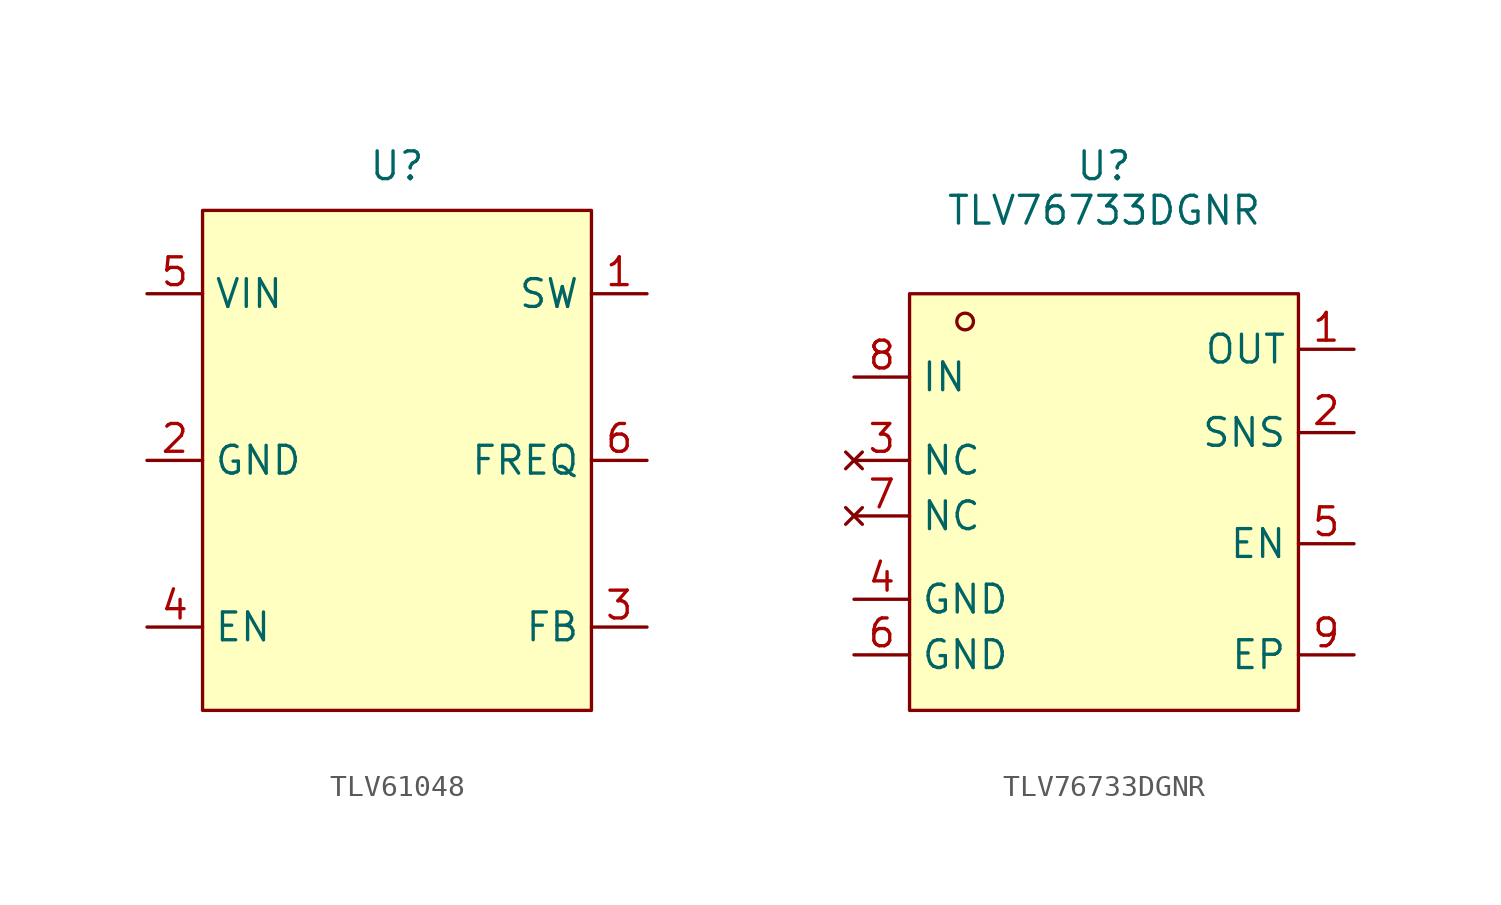
<source format=kicad_sym>
(kicad_symbol_lib
  (version 20241209)
  (generator "kicad_symbol_editor")
  (generator_version "9.0")
  (symbol "TLV61048"
    (property "Reference" "U"
      (at 0 2.032 0)
      (effects (font (size 1.27 1.27))))
    (property "Value" ""
      (at 0 0 0)
      (effects (font (size 1.27 1.27))))
    (symbol "TLV61048_1_1"
      (rectangle (start -8.89 0) (end 8.89 -22.86) (stroke (width 0) (type solid)) (fill (type background)))
      (pin input line (at -11.43 -3.81 0) (length 2.54) (name "VIN" (effects (font (size 1.27 1.27)))) (number "5" (effects (font (size 1.27 1.27)))))
      (pin input line (at -11.43 -11.43 0) (length 2.54) (name "GND" (effects (font (size 1.27 1.27)))) (number "2" (effects (font (size 1.27 1.27)))))
      (pin input line (at -11.43 -19.05 0) (length 2.54) (name "EN" (effects (font (size 1.27 1.27)))) (number "4" (effects (font (size 1.27 1.27)))))
      (pin input line (at 11.43 -3.81 180) (length 2.54) (name "SW" (effects (font (size 1.27 1.27)))) (number "1" (effects (font (size 1.27 1.27)))))
      (pin input line (at 11.43 -11.43 180) (length 2.54) (name "FREQ" (effects (font (size 1.27 1.27)))) (number "6" (effects (font (size 1.27 1.27)))))
      (pin input line (at 11.43 -19.05 180) (length 2.54) (name "FB" (effects (font (size 1.27 1.27)))) (number "3" (effects (font (size 1.27 1.27)))))))
  (symbol "TLV76733DGNR"
    (property "Reference" "U"
      (at 0 10.922 0)
      (effects (font (size 1.27 1.27))))
    (property "Value" "TLV76733DGNR"
      (at 0 8.89 0)
      (effects (font (size 1.27 1.27))))
    (symbol "TLV76733DGNR_0_1"
      (rectangle (start -8.89 5.08) (end 8.89 -13.97) (stroke (width 0) (type default)) (fill (type background)))
      (circle (center -6.35 3.81) (radius 0.38) (stroke (width 0) (type default)) (fill (type none))))
    (symbol "TLV76733DGNR_1_1"
      (pin input line (at -11.43 1.27 0) (length 2.54) (name "IN" (effects (font (size 1.27 1.27)))) (number "8" (effects (font (size 1.27 1.27)))))
      (pin no_connect line (at -11.43 -2.54 0) (length 2.54) (name "NC" (effects (font (size 1.27 1.27)))) (number "3" (effects (font (size 1.27 1.27)))))
      (pin no_connect line (at -11.43 -5.08 0) (length 2.54) (name "NC" (effects (font (size 1.27 1.27)))) (number "7" (effects (font (size 1.27 1.27)))))
      (pin input line (at -11.43 -8.89 0) (length 2.54) (name "GND" (effects (font (size 1.27 1.27)))) (number "4" (effects (font (size 1.27 1.27)))))
      (pin input line (at -11.43 -11.43 0) (length 2.54) (name "GND" (effects (font (size 1.27 1.27)))) (number "6" (effects (font (size 1.27 1.27)))))
      (pin power_out line (at 11.43 2.54 180) (length 2.54) (name "OUT" (effects (font (size 1.27 1.27)))) (number "1" (effects (font (size 1.27 1.27)))))
      (pin passive line (at 11.43 -1.27 180) (length 2.54) (name "SNS" (effects (font (size 1.27 1.27)))) (number "2" (effects (font (size 1.27 1.27)))))
      (pin input line (at 11.43 -6.35 180) (length 2.54) (name "EN" (effects (font (size 1.27 1.27)))) (number "5" (effects (font (size 1.27 1.27)))))
      (pin input line (at 11.43 -11.43 180) (length 2.54) (name "EP" (effects (font (size 1.27 1.27)))) (number "9" (effects (font (size 1.27 1.27))))))))
</source>
